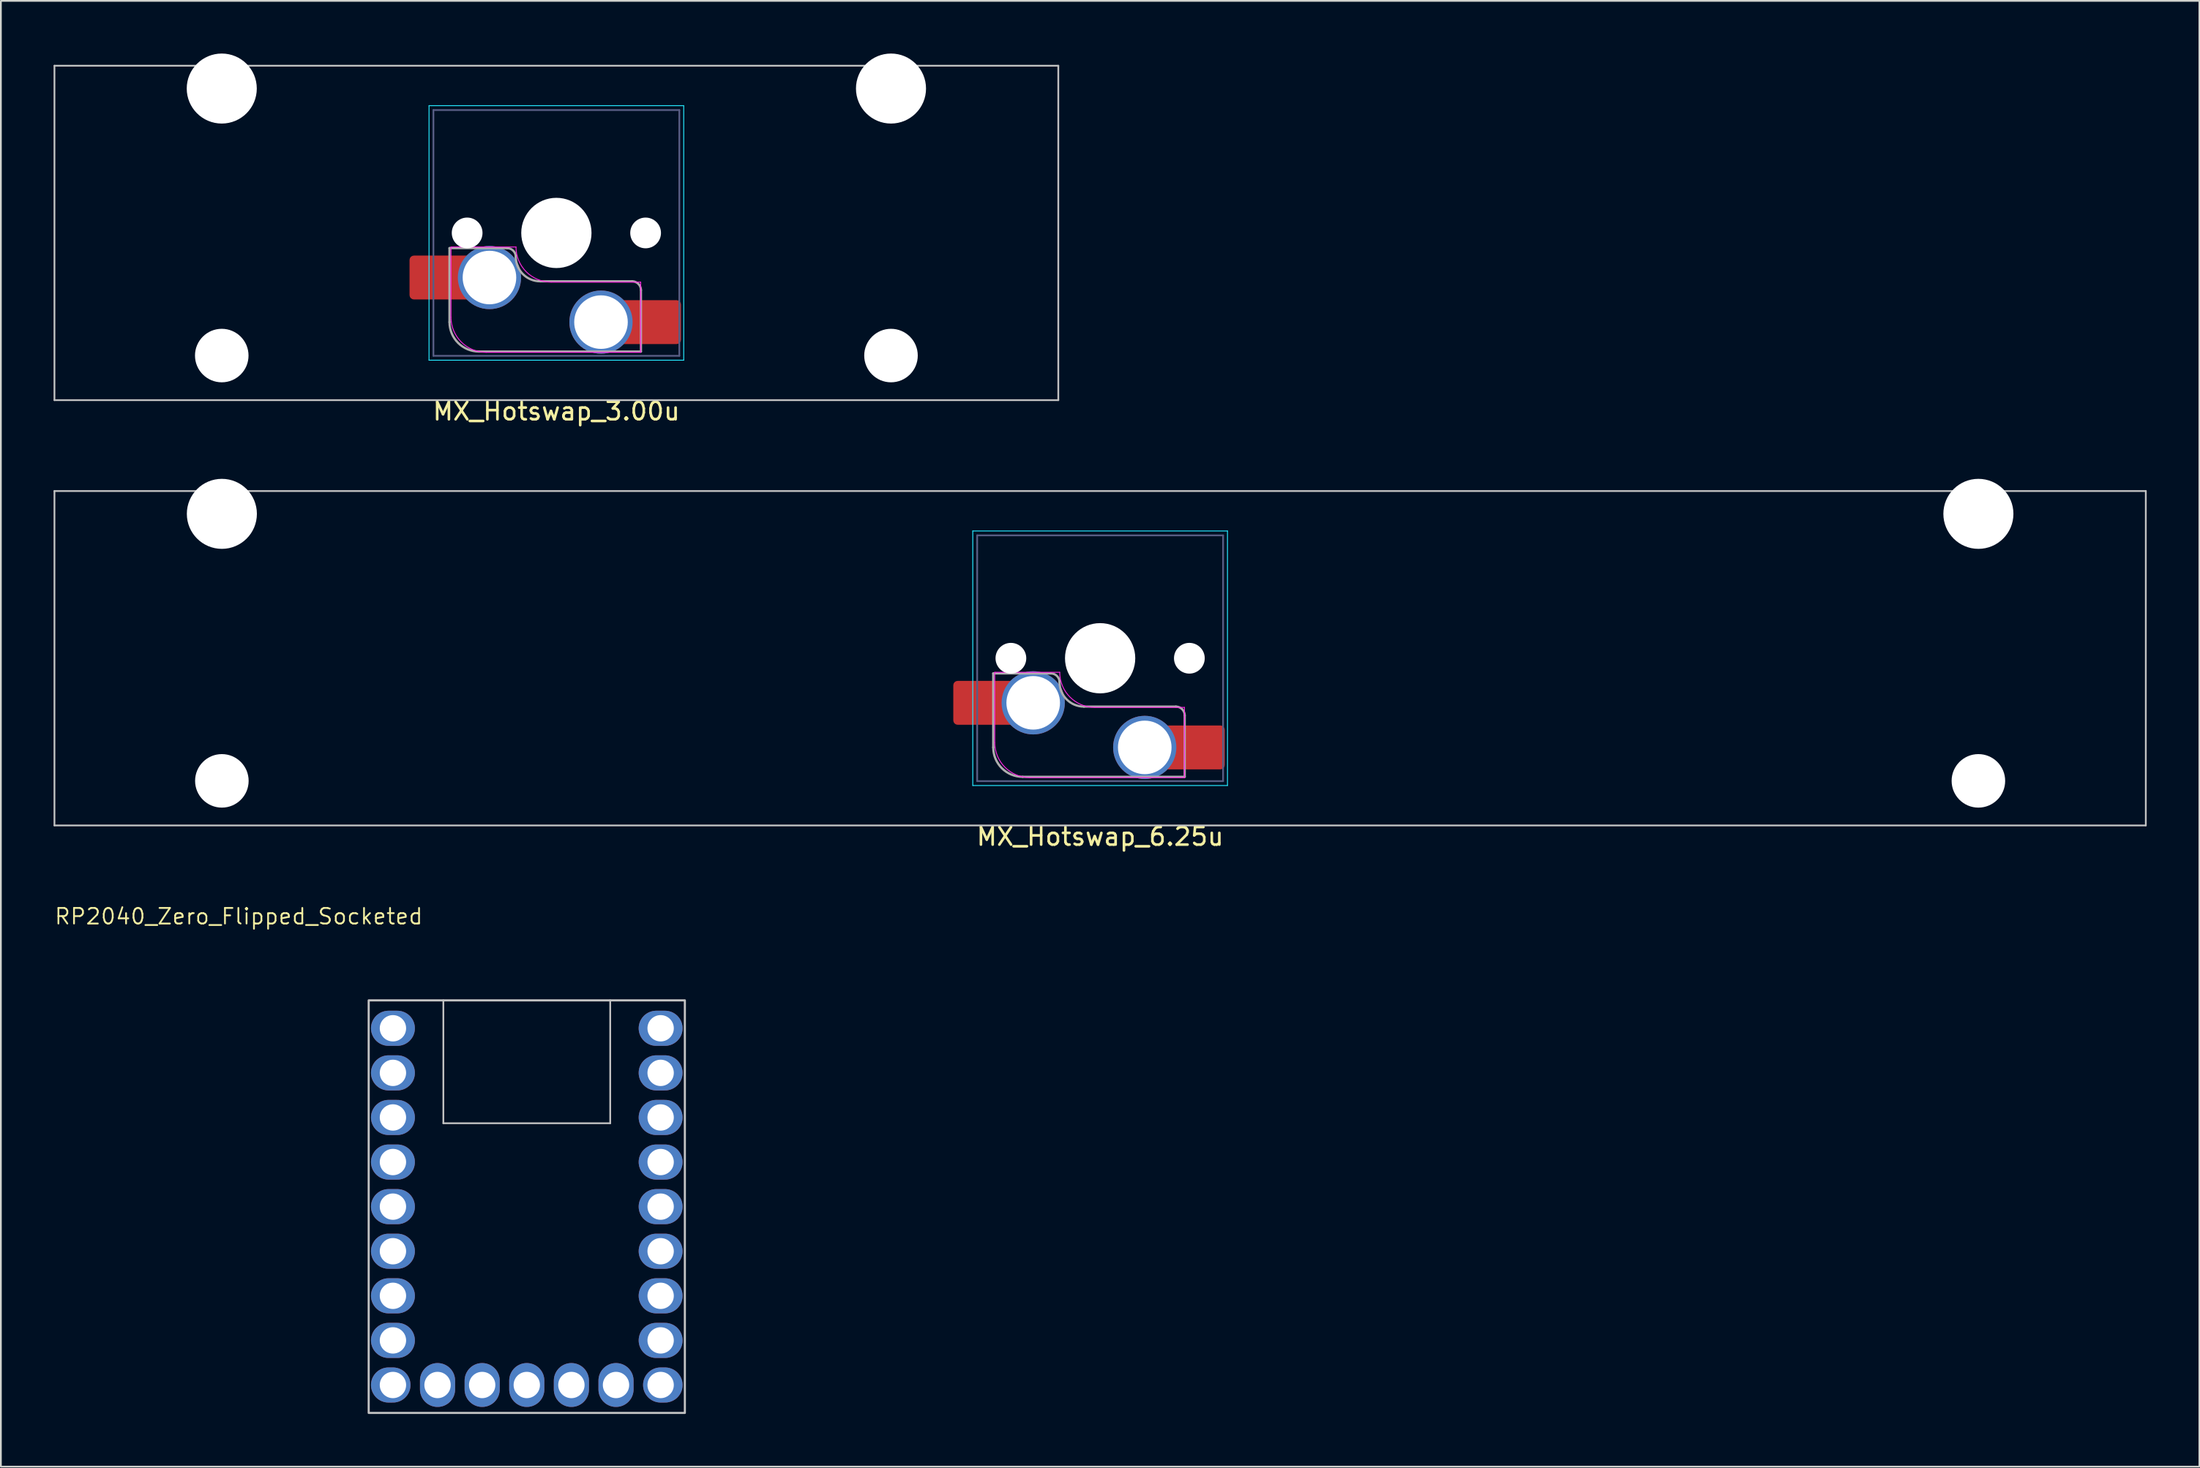
<source format=kicad_pcb>
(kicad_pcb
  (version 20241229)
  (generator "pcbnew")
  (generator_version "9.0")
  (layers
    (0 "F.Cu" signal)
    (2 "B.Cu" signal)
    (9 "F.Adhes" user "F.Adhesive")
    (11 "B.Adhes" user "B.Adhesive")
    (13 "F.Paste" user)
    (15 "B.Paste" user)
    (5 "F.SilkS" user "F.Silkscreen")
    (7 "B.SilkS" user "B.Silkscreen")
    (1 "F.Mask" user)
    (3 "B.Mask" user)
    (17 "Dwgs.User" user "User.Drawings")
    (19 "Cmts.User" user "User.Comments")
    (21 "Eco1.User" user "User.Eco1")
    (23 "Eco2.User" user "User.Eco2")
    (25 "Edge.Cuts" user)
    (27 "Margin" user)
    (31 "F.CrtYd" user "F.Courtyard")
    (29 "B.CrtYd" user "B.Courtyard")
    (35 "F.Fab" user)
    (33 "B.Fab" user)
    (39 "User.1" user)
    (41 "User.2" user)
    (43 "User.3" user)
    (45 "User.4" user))
  (footprint "MX_Hotswap_6.25u"
    (layer "F.Cu")
    (at 58.946 38.256)
    (property "Reference" "MX_Hotswap_6.25u" (at 0.635 6.35 0) (layer "F.SilkS") (effects (font (size 1 1) (thickness 0.15))))
    (attr smd allow_soldermask_bridges)
    (fp_line (start -58.896 -13.335) (end -58.896 5.715) (stroke (width 0.1) (type solid)) (layer "Dwgs.User"))
    (fp_line (start -58.896 5.715) (end 60.166 5.715) (stroke (width 0.1) (type solid)) (layer "Dwgs.User"))
    (fp_line (start 60.166 -13.335) (end -58.896 -13.335) (stroke (width 0.1) (type solid)) (layer "Dwgs.User"))
    (fp_line (start 60.166 5.715) (end 60.166 -13.335) (stroke (width 0.1) (type solid)) (layer "Dwgs.User"))
    (fp_line (start -52.74 -10.58) (end -52.74 1.72) (stroke (width 0.1) (type solid)) (layer "Eco1.User"))
    (fp_line (start -52.74 1.72) (end -45.99 1.72) (stroke (width 0.1) (type solid)) (layer "Eco1.User"))
    (fp_line (start -45.99 -10.58) (end -52.74 -10.58) (stroke (width 0.1) (type solid)) (layer "Eco1.User"))
    (fp_line (start -45.99 1.72) (end -45.99 -10.58) (stroke (width 0.1) (type solid)) (layer "Eco1.User"))
    (fp_line (start 47.26 -10.58) (end 47.26 1.72) (stroke (width 0.1) (type solid)) (layer "Eco1.User"))
    (fp_line (start 47.26 1.72) (end 54.01 1.72) (stroke (width 0.1) (type solid)) (layer "Eco1.User"))
    (fp_line (start 54.01 -10.58) (end 47.26 -10.58) (stroke (width 0.1) (type solid)) (layer "Eco1.User"))
    (fp_line (start 54.01 1.72) (end 54.01 -10.58) (stroke (width 0.1) (type solid)) (layer "Eco1.User"))
    (fp_line (start -6.615 -11.06) (end -6.615 3.44) (stroke (width 0.05) (type solid)) (layer "B.CrtYd"))
    (fp_line (start -6.615 3.44) (end 7.885 3.44) (stroke (width 0.05) (type solid)) (layer "B.CrtYd"))
    (fp_line (start 7.885 -11.06) (end -6.615 -11.06) (stroke (width 0.05) (type solid)) (layer "B.CrtYd"))
    (fp_line (start 7.885 3.44) (end 7.885 -11.06) (stroke (width 0.05) (type solid)) (layer "B.CrtYd"))
    (fp_line (start -5.365 0.99) (end -5.365 -3.01) (stroke (width 0.05) (type solid)) (layer "F.CrtYd"))
    (fp_line (start -1.665 -3.01) (end -5.365 -3.01) (stroke (width 0.05) (type solid)) (layer "F.CrtYd"))
    (fp_line (start 5.435 -1.01) (end 0.335 -1.01) (stroke (width 0.05) (type solid)) (layer "F.CrtYd"))
    (fp_line (start 5.435 -1.01) (end 5.435 2.99) (stroke (width 0.05) (type solid)) (layer "F.CrtYd"))
    (fp_line (start 5.435 2.99) (end -3.365 2.99) (stroke (width 0.05) (type solid)) (layer "F.CrtYd"))
    (fp_arc (start -3.365 2.99) (mid -4.779214 2.404214) (end -5.365 0.99) (stroke (width 0.05) (type solid)) (layer "F.CrtYd"))
    (fp_arc (start 0.335 -1.01) (mid -1.079214 -1.595786) (end -1.665 -3.01) (stroke (width 0.05) (type solid)) (layer "F.CrtYd"))
    (fp_line (start -6.365 -10.81) (end -6.365 3.19) (stroke (width 0.1) (type solid)) (layer "B.Fab"))
    (fp_line (start -6.365 3.19) (end 7.635 3.19) (stroke (width 0.1) (type solid)) (layer "B.Fab"))
    (fp_line (start 7.635 -10.81) (end -6.365 -10.81) (stroke (width 0.1) (type solid)) (layer "B.Fab"))
    (fp_line (start 7.635 3.19) (end 7.635 -10.81) (stroke (width 0.1) (type solid)) (layer "B.Fab"))
    (fp_line (start -5.45 -2.945) (end -2.175 -2.945) (stroke (width 0.127) (type solid)) (layer "F.Fab"))
    (fp_line (start -5.45 1.27) (end -5.45 -2.945) (stroke (width 0.127) (type solid)) (layer "F.Fab"))
    (fp_line (start -0.285 -1.055) (end 4.95 -1.055) (stroke (width 0.127) (type solid)) (layer "F.Fab"))
    (fp_line (start 5.45 -0.555) (end 5.45 2.945) (stroke (width 0.127) (type solid)) (layer "F.Fab"))
    (fp_line (start 5.45 2.945) (end -3.775 2.945) (stroke (width 0.127) (type solid)) (layer "F.Fab"))
    (fp_arc (start -3.775 2.945) (mid -4.959404 2.454404) (end -5.45 1.27) (stroke (width 0.127) (type solid)) (layer "F.Fab"))
    (fp_arc (start -2.175 -2.945) (mid -1.821447 -2.798553) (end -1.675 -2.445) (stroke (width 0.127) (type solid)) (layer "F.Fab"))
    (fp_arc (start -0.285 -1.055) (mid -1.267878 -1.462122) (end -1.675 -2.445) (stroke (width 0.127) (type solid)) (layer "F.Fab"))
    (fp_arc (start 4.95 -1.055) (mid 5.303553 -0.908553) (end 5.45 -0.555) (stroke (width 0.127) (type solid)) (layer "F.Fab"))
    (pad "" np_thru_hole circle (at -49.365 -12.035 180) (size 3.988 3.988) (drill 3.988) (layers "*.Cu" "*.Mask"))
    (pad "" np_thru_hole circle (at -49.365 3.175 180) (size 3.048 3.048) (drill 3.048) (layers "*.Cu" "*.Mask"))
    (pad "" smd roundrect (at -6.45 -1.27 180) (size 2.55 2.5) (layers "F.Mask" "F.Paste") (roundrect_rratio 0.1))
    (pad "" np_thru_hole circle (at -4.445 -3.81 180) (size 1.75 1.75) (drill 1.75) (layers "*.Cu" "*.Mask"))
    (pad "" np_thru_hole circle (at 0.635 -3.81 180) (size 4 4) (drill 4) (layers "*.Cu" "*.Mask"))
    (pad "" np_thru_hole circle (at 5.715 -3.81 180) (size 1.75 1.75) (drill 1.75) (layers "*.Cu" "*.Mask"))
    (pad "" smd roundrect (at 6.477 1.27 180) (size 2.55 2.5) (layers "F.Mask" "F.Paste") (roundrect_rratio 0.1))
    (pad "" np_thru_hole circle (at 50.635 -12.035 180) (size 3.988 3.988) (drill 3.988) (layers "*.Cu" "*.Mask"))
    (pad "" np_thru_hole circle (at 50.635 3.175 180) (size 3.048 3.048) (drill 3.048) (layers "*.Cu" "*.Mask"))
    (pad "1" smd roundrect (at -5.95 -1.27 180) (size 3.55 2.5) (layers "F.Cu") (roundrect_rratio 0.1))
    (pad "1" thru_hole circle (at -3.175 -1.27 180) (size 3.6 3.6) (drill 3.05) (layers "*.Cu" "*.Mask"))
    (pad "2" thru_hole circle (at 3.175 1.27 180) (size 3.6 3.6) (drill 3.05) (layers "*.Cu" "*.Mask"))
    (pad "2" smd roundrect (at 5.955 1.27 180) (size 3.55 2.5) (layers "F.Cu") (roundrect_rratio 0.1)))
  (footprint "MX_Hotswap_3.00u"
    (layer "F.Cu")
    (at 27.99 14.029)
    (property "Reference" "MX_Hotswap_3.00u" (at 0.635 6.35 0) (layer "F.SilkS") (effects (font (size 1 1) (thickness 0.15))))
    (attr smd allow_soldermask_bridges)
    (fp_line (start -27.94 -13.335) (end -27.94 5.715) (stroke (width 0.1) (type solid)) (layer "Dwgs.User"))
    (fp_line (start -27.94 5.715) (end 29.21 5.715) (stroke (width 0.1) (type solid)) (layer "Dwgs.User"))
    (fp_line (start 29.21 -13.335) (end -27.94 -13.335) (stroke (width 0.1) (type solid)) (layer "Dwgs.User"))
    (fp_line (start 29.21 5.715) (end 29.21 -13.335) (stroke (width 0.1) (type solid)) (layer "Dwgs.User"))
    (fp_line (start -21.79 -10.58) (end -21.79 1.72) (stroke (width 0.1) (type solid)) (layer "Eco1.User"))
    (fp_line (start -21.79 1.72) (end -15.04 1.72) (stroke (width 0.1) (type solid)) (layer "Eco1.User"))
    (fp_line (start -15.04 -10.58) (end -21.79 -10.58) (stroke (width 0.1) (type solid)) (layer "Eco1.User"))
    (fp_line (start -15.04 1.72) (end -15.04 -10.58) (stroke (width 0.1) (type solid)) (layer "Eco1.User"))
    (fp_line (start 16.31 -10.58) (end 16.31 1.72) (stroke (width 0.1) (type solid)) (layer "Eco1.User"))
    (fp_line (start 16.31 1.72) (end 23.06 1.72) (stroke (width 0.1) (type solid)) (layer "Eco1.User"))
    (fp_line (start 23.06 -10.58) (end 16.31 -10.58) (stroke (width 0.1) (type solid)) (layer "Eco1.User"))
    (fp_line (start 23.06 1.72) (end 23.06 -10.58) (stroke (width 0.1) (type solid)) (layer "Eco1.User"))
    (fp_line (start -6.615 -11.06) (end -6.615 3.44) (stroke (width 0.05) (type solid)) (layer "B.CrtYd"))
    (fp_line (start -6.615 3.44) (end 7.885 3.44) (stroke (width 0.05) (type solid)) (layer "B.CrtYd"))
    (fp_line (start 7.885 -11.06) (end -6.615 -11.06) (stroke (width 0.05) (type solid)) (layer "B.CrtYd"))
    (fp_line (start 7.885 3.44) (end 7.885 -11.06) (stroke (width 0.05) (type solid)) (layer "B.CrtYd"))
    (fp_line (start -5.365 0.99) (end -5.365 -3.01) (stroke (width 0.05) (type solid)) (layer "F.CrtYd"))
    (fp_line (start -1.665 -3.01) (end -5.365 -3.01) (stroke (width 0.05) (type solid)) (layer "F.CrtYd"))
    (fp_line (start 5.435 -1.01) (end 0.335 -1.01) (stroke (width 0.05) (type solid)) (layer "F.CrtYd"))
    (fp_line (start 5.435 -1.01) (end 5.435 2.99) (stroke (width 0.05) (type solid)) (layer "F.CrtYd"))
    (fp_line (start 5.435 2.99) (end -3.365 2.99) (stroke (width 0.05) (type solid)) (layer "F.CrtYd"))
    (fp_arc (start -3.365 2.99) (mid -4.779214 2.404214) (end -5.365 0.99) (stroke (width 0.05) (type solid)) (layer "F.CrtYd"))
    (fp_arc (start 0.335 -1.01) (mid -1.079214 -1.595786) (end -1.665 -3.01) (stroke (width 0.05) (type solid)) (layer "F.CrtYd"))
    (fp_line (start -6.365 -10.81) (end -6.365 3.19) (stroke (width 0.1) (type solid)) (layer "B.Fab"))
    (fp_line (start -6.365 3.19) (end 7.635 3.19) (stroke (width 0.1) (type solid)) (layer "B.Fab"))
    (fp_line (start 7.635 -10.81) (end -6.365 -10.81) (stroke (width 0.1) (type solid)) (layer "B.Fab"))
    (fp_line (start 7.635 3.19) (end 7.635 -10.81) (stroke (width 0.1) (type solid)) (layer "B.Fab"))
    (fp_line (start -5.45 -2.945) (end -2.175 -2.945) (stroke (width 0.127) (type solid)) (layer "F.Fab"))
    (fp_line (start -5.45 1.27) (end -5.45 -2.945) (stroke (width 0.127) (type solid)) (layer "F.Fab"))
    (fp_line (start -0.285 -1.055) (end 4.95 -1.055) (stroke (width 0.127) (type solid)) (layer "F.Fab"))
    (fp_line (start 5.45 -0.555) (end 5.45 2.945) (stroke (width 0.127) (type solid)) (layer "F.Fab"))
    (fp_line (start 5.45 2.945) (end -3.775 2.945) (stroke (width 0.127) (type solid)) (layer "F.Fab"))
    (fp_arc (start -3.775 2.945) (mid -4.959404 2.454404) (end -5.45 1.27) (stroke (width 0.127) (type solid)) (layer "F.Fab"))
    (fp_arc (start -2.175 -2.945) (mid -1.821447 -2.798553) (end -1.675 -2.445) (stroke (width 0.127) (type solid)) (layer "F.Fab"))
    (fp_arc (start -0.285 -1.055) (mid -1.267878 -1.462122) (end -1.675 -2.445) (stroke (width 0.127) (type solid)) (layer "F.Fab"))
    (fp_arc (start 4.95 -1.055) (mid 5.303553 -0.908553) (end 5.45 -0.555) (stroke (width 0.127) (type solid)) (layer "F.Fab"))
    (pad "" np_thru_hole circle (at -18.415 -12.035 180) (size 3.988 3.988) (drill 3.988) (layers "*.Cu" "*.Mask"))
    (pad "" np_thru_hole circle (at -18.415 3.175 180) (size 3.048 3.048) (drill 3.048) (layers "*.Cu" "*.Mask"))
    (pad "" smd roundrect (at -6.45 -1.27 180) (size 2.55 2.5) (layers "F.Mask" "F.Paste") (roundrect_rratio 0.1))
    (pad "" np_thru_hole circle (at -4.445 -3.81 180) (size 1.75 1.75) (drill 1.75) (layers "*.Cu" "*.Mask"))
    (pad "" np_thru_hole circle (at 0.635 -3.81 180) (size 4 4) (drill 4) (layers "*.Cu" "*.Mask"))
    (pad "" np_thru_hole circle (at 5.715 -3.81 180) (size 1.75 1.75) (drill 1.75) (layers "*.Cu" "*.Mask"))
    (pad "" smd roundrect (at 6.477 1.27 180) (size 2.55 2.5) (layers "F.Mask" "F.Paste") (roundrect_rratio 0.1))
    (pad "" np_thru_hole circle (at 19.685 -12.035 180) (size 3.988 3.988) (drill 3.988) (layers "*.Cu" "*.Mask"))
    (pad "" np_thru_hole circle (at 19.685 3.175 180) (size 3.048 3.048) (drill 3.048) (layers "*.Cu" "*.Mask"))
    (pad "1" smd roundrect (at -5.95 -1.27 180) (size 3.55 2.5) (layers "F.Cu") (roundrect_rratio 0.1))
    (pad "1" thru_hole circle (at -3.175 -1.27 180) (size 3.6 3.6) (drill 3.05) (layers "*.Cu" "*.Mask"))
    (pad "2" thru_hole circle (at 3.175 1.27 180) (size 3.6 3.6) (drill 3.05) (layers "*.Cu" "*.Mask"))
    (pad "2" smd roundrect (at 5.955 1.27 180) (size 3.55 2.5) (layers "F.Cu") (roundrect_rratio 0.1)))
  (footprint "RP2040_Zero_Flipped_Socketed"
    (layer "F.Cu")
    (at 26.94 65.685)
    (property "Reference" "RP2040_Zero_Flipped_Socketed" (at -16.399 -16.533 0) (layer "F.SilkS") (effects (font (size 0.889 0.889) (thickness 0.102))))
    (attr through_hole exclude_from_pos_files)
    (fp_line (start -4.75 -11.75) (end -4.75 -4.75) (stroke (width 0.1) (type default)) (layer "Dwgs.User"))
    (fp_line (start -4.75 -4.75) (end 4.75 -4.75) (stroke (width 0.1) (type default)) (layer "Dwgs.User"))
    (fp_line (start 4.75 -11.75) (end 4.75 -4.75) (stroke (width 0.1) (type default)) (layer "Dwgs.User"))
    (fp_rect (start -9 -11.75) (end 9 11.75) (stroke (width 0.12) (type solid)) (fill no) (layer "Dwgs.User"))
    (pad "1" thru_hole oval (at -7.62 -10.16 180) (size 2.5 2) (drill 1.5) (layers "*.Cu" "*.Mask"))
    (pad "2" thru_hole oval (at -7.62 -7.62 180) (size 2.5 2) (drill 1.5) (layers "*.Cu" "*.Mask"))
    (pad "3" thru_hole oval (at -7.62 -5.08 180) (size 2.5 2) (drill 1.5) (layers "*.Cu" "*.Mask"))
    (pad "4" thru_hole oval (at -7.62 -2.54 180) (size 2.5 2) (drill 1.5) (layers "*.Cu" "*.Mask"))
    (pad "5" thru_hole oval (at -7.62 0 180) (size 2.5 2) (drill 1.5) (layers "*.Cu" "*.Mask"))
    (pad "6" thru_hole oval (at -7.62 2.54 180) (size 2.5 2) (drill 1.5) (layers "*.Cu" "*.Mask"))
    (pad "7" thru_hole oval (at -7.62 5.08 180) (size 2.5 2) (drill 1.5) (layers "*.Cu" "*.Mask"))
    (pad "8" thru_hole oval (at -7.62 7.62 180) (size 2.5 2) (drill 1.5) (layers "*.Cu" "*.Mask"))
    (pad "9" thru_hole oval (at -7.62 10.16 180) (size 2.25 2) (drill 1.5 (offset 0.125 0)) (layers "*.Cu" "*.Mask"))
    (pad "10" thru_hole oval (at -5.08 10.16 270) (size 2.5 2) (drill 1.5) (layers "*.Cu" "*.Mask"))
    (pad "11" thru_hole oval (at -2.54 10.16 270) (size 2.5 2) (drill 1.5) (layers "*.Cu" "*.Mask"))
    (pad "12" thru_hole oval (at 0 10.16 270) (size 2.5 2) (drill 1.5) (layers "*.Cu" "*.Mask"))
    (pad "13" thru_hole oval (at 2.54 10.16 270) (size 2.5 2) (drill 1.5) (layers "*.Cu" "*.Mask"))
    (pad "14" thru_hole oval (at 5.08 10.16 270) (size 2.5 2) (drill 1.5) (layers "*.Cu" "*.Mask"))
    (pad "15" thru_hole oval (at 7.62 10.16) (size 2.25 2) (drill 1.5 (offset 0.125 0)) (layers "*.Cu" "*.Mask"))
    (pad "16" thru_hole oval (at 7.62 7.62) (size 2.5 2) (drill 1.5) (layers "*.Cu" "*.Mask"))
    (pad "17" thru_hole oval (at 7.62 5.08) (size 2.5 2) (drill 1.5) (layers "*.Cu" "*.Mask"))
    (pad "18" thru_hole oval (at 7.62 2.54) (size 2.5 2) (drill 1.5) (layers "*.Cu" "*.Mask"))
    (pad "19" thru_hole oval (at 7.62 0) (size 2.5 2) (drill 1.5) (layers "*.Cu" "*.Mask"))
    (pad "20" thru_hole oval (at 7.62 -2.54) (size 2.5 2) (drill 1.5) (layers "*.Cu" "*.Mask"))
    (pad "21" thru_hole oval (at 7.62 -5.08) (size 2.5 2) (drill 1.5) (layers "*.Cu" "*.Mask"))
    (pad "22" thru_hole oval (at 7.62 -7.62) (size 2.5 2) (drill 1.5) (layers "*.Cu" "*.Mask"))
    (pad "23" thru_hole oval (at 7.62 -10.16) (size 2.5 2) (drill 1.5) (layers "*.Cu" "*.Mask")))
  (gr_rect
    (start -3 -3)
    (end 122.162 80.495)
    (stroke (width 0.1) (type default))
    (fill no)
    (layer "Edge.Cuts")))
</source>
